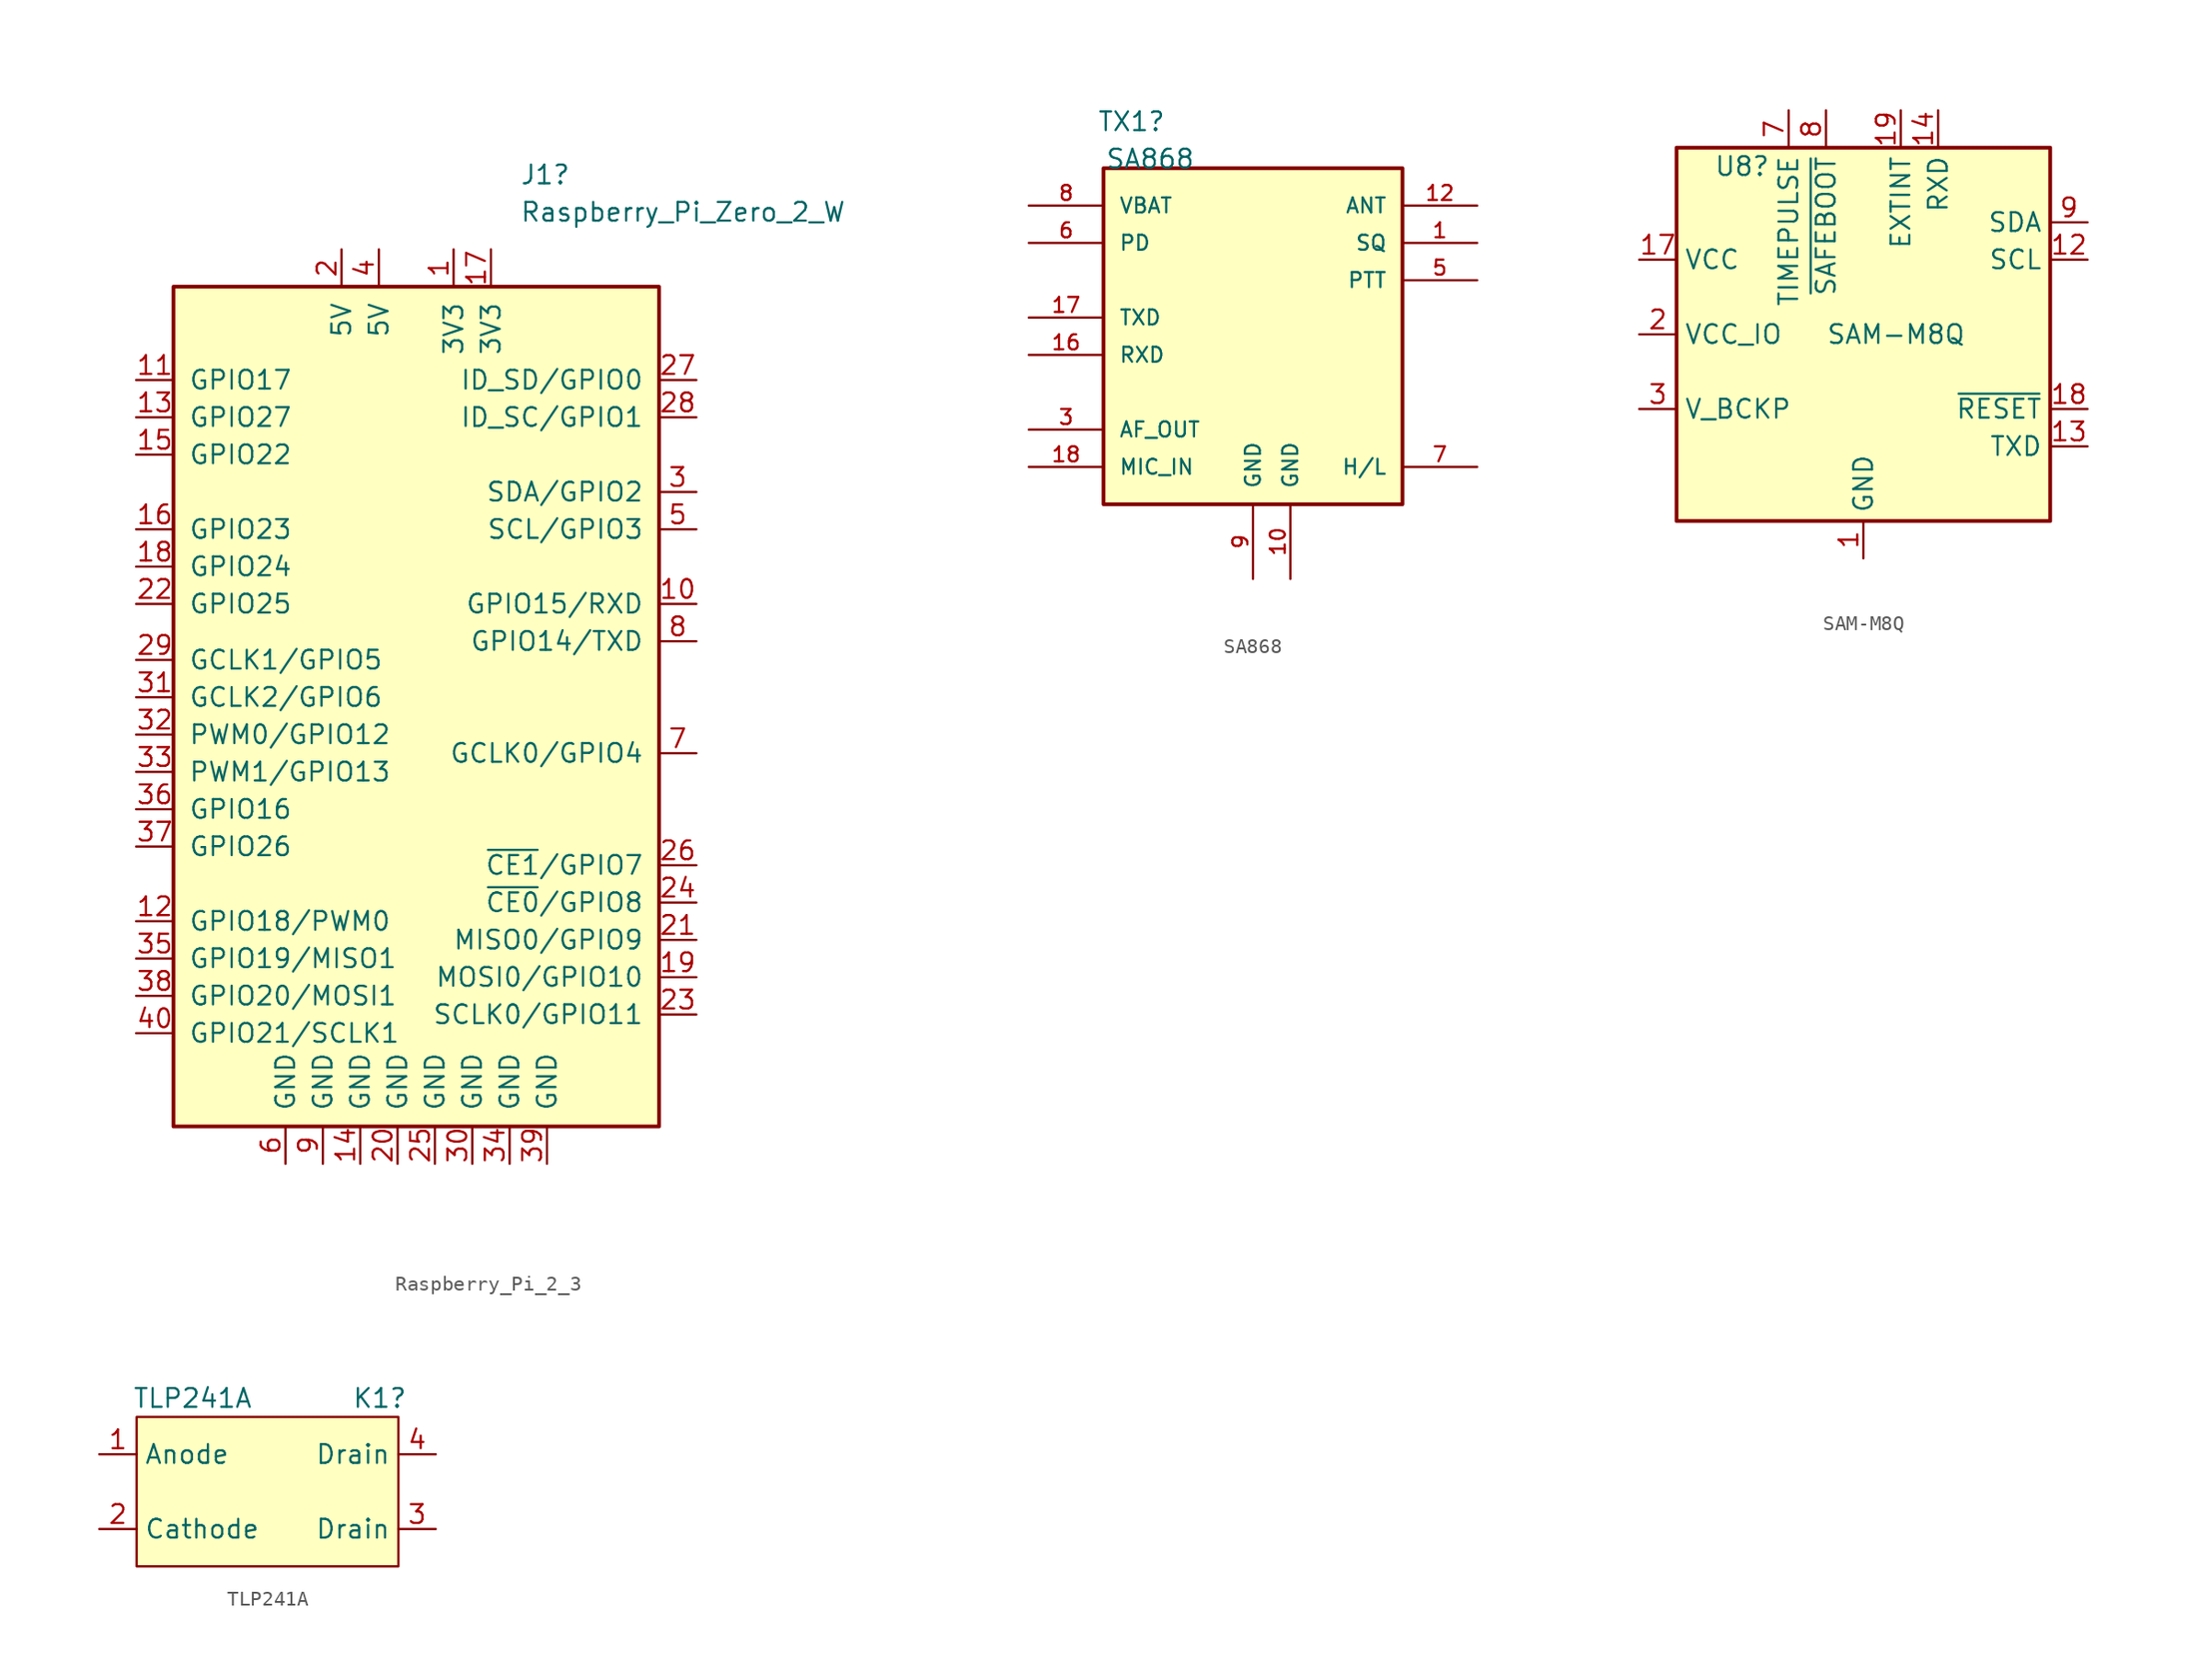
<source format=kicad_sym>
(kicad_symbol_lib
  (version 20231120)
  (generator "kicad_symbol_editor")
  (generator_version "8.0")
  (symbol "Raspberry_Pi_2_3"
    (pin_names
      (offset 1.016))
    (property "Reference" "J1"
      (at 7.036 35.56 0)
      (effects (font (size 1.27 1.27)) (justify left)))
    (property "Value" "Raspberry_Pi_Zero_2_W"
      (at 7.036 33.02 0)
      (effects (font (size 1.27 1.27)) (justify left)))
    (symbol "Raspberry_Pi_2_3_0_1"
      (rectangle (start -16.51 27.94) (end 16.51 -29.21) (stroke (width 0.254) (type default)) (fill (type background))))
    (symbol "Raspberry_Pi_2_3_1_1"
      (pin power_out line (at 2.54 30.48 270) (length 2.54) (name "3V3" (effects (font (size 1.27 1.27)))) (number "1" (effects (font (size 1.27 1.27)))))
      (pin bidirectional line (at 19.05 6.35 180) (length 2.54) (name "GPIO15/RXD" (effects (font (size 1.27 1.27)))) (number "10" (effects (font (size 1.27 1.27)))))
      (pin bidirectional line (at -19.05 21.59 0) (length 2.54) (name "GPIO17" (effects (font (size 1.27 1.27)))) (number "11" (effects (font (size 1.27 1.27)))))
      (pin bidirectional line (at -19.05 -15.24 0) (length 2.54) (name "GPIO18/PWM0" (effects (font (size 1.27 1.27)))) (number "12" (effects (font (size 1.27 1.27)))))
      (pin bidirectional line (at -19.05 19.05 0) (length 2.54) (name "GPIO27" (effects (font (size 1.27 1.27)))) (number "13" (effects (font (size 1.27 1.27)))))
      (pin power_in line (at -3.81 -31.75 90) (length 2.54) (name "GND" (effects (font (size 1.27 1.27)))) (number "14" (effects (font (size 1.27 1.27)))))
      (pin bidirectional line (at -19.05 16.51 0) (length 2.54) (name "GPIO22" (effects (font (size 1.27 1.27)))) (number "15" (effects (font (size 1.27 1.27)))))
      (pin bidirectional line (at -19.05 11.43 0) (length 2.54) (name "GPIO23" (effects (font (size 1.27 1.27)))) (number "16" (effects (font (size 1.27 1.27)))))
      (pin passive line (at 5.08 30.48 270) (length 2.54) (name "3V3" (effects (font (size 1.27 1.27)))) (number "17" (effects (font (size 1.27 1.27)))))
      (pin bidirectional line (at -19.05 8.89 0) (length 2.54) (name "GPIO24" (effects (font (size 1.27 1.27)))) (number "18" (effects (font (size 1.27 1.27)))))
      (pin bidirectional line (at 19.05 -19.05 180) (length 2.54) (name "MOSI0/GPIO10" (effects (font (size 1.27 1.27)))) (number "19" (effects (font (size 1.27 1.27)))))
      (pin power_in line (at -5.08 30.48 270) (length 2.54) (name "5V" (effects (font (size 1.27 1.27)))) (number "2" (effects (font (size 1.27 1.27)))))
      (pin power_in line (at -1.27 -31.75 90) (length 2.54) (name "GND" (effects (font (size 1.27 1.27)))) (number "20" (effects (font (size 1.27 1.27)))))
      (pin bidirectional line (at 19.05 -16.51 180) (length 2.54) (name "MISO0/GPIO9" (effects (font (size 1.27 1.27)))) (number "21" (effects (font (size 1.27 1.27)))))
      (pin bidirectional line (at -19.05 6.35 0) (length 2.54) (name "GPIO25" (effects (font (size 1.27 1.27)))) (number "22" (effects (font (size 1.27 1.27)))))
      (pin bidirectional line (at 19.05 -21.59 180) (length 2.54) (name "SCLK0/GPIO11" (effects (font (size 1.27 1.27)))) (number "23" (effects (font (size 1.27 1.27)))))
      (pin bidirectional line (at 19.05 -13.97 180) (length 2.54) (name "~{CE0}/GPIO8" (effects (font (size 1.27 1.27)))) (number "24" (effects (font (size 1.27 1.27)))))
      (pin power_in line (at 1.27 -31.75 90) (length 2.54) (name "GND" (effects (font (size 1.27 1.27)))) (number "25" (effects (font (size 1.27 1.27)))))
      (pin bidirectional line (at 19.05 -11.43 180) (length 2.54) (name "~{CE1}/GPIO7" (effects (font (size 1.27 1.27)))) (number "26" (effects (font (size 1.27 1.27)))))
      (pin bidirectional line (at 19.05 21.59 180) (length 2.54) (name "ID_SD/GPIO0" (effects (font (size 1.27 1.27)))) (number "27" (effects (font (size 1.27 1.27)))))
      (pin bidirectional line (at 19.05 19.05 180) (length 2.54) (name "ID_SC/GPIO1" (effects (font (size 1.27 1.27)))) (number "28" (effects (font (size 1.27 1.27)))))
      (pin bidirectional line (at -19.05 2.54 0) (length 2.54) (name "GCLK1/GPIO5" (effects (font (size 1.27 1.27)))) (number "29" (effects (font (size 1.27 1.27)))))
      (pin bidirectional line (at 19.05 13.97 180) (length 2.54) (name "SDA/GPIO2" (effects (font (size 1.27 1.27)))) (number "3" (effects (font (size 1.27 1.27)))))
      (pin power_in line (at 3.81 -31.75 90) (length 2.54) (name "GND" (effects (font (size 1.27 1.27)))) (number "30" (effects (font (size 1.27 1.27)))))
      (pin bidirectional line (at -19.05 0 0) (length 2.54) (name "GCLK2/GPIO6" (effects (font (size 1.27 1.27)))) (number "31" (effects (font (size 1.27 1.27)))))
      (pin bidirectional line (at -19.05 -2.54 0) (length 2.54) (name "PWM0/GPIO12" (effects (font (size 1.27 1.27)))) (number "32" (effects (font (size 1.27 1.27)))))
      (pin bidirectional line (at -19.05 -5.08 0) (length 2.54) (name "PWM1/GPIO13" (effects (font (size 1.27 1.27)))) (number "33" (effects (font (size 1.27 1.27)))))
      (pin power_in line (at 6.35 -31.75 90) (length 2.54) (name "GND" (effects (font (size 1.27 1.27)))) (number "34" (effects (font (size 1.27 1.27)))))
      (pin bidirectional line (at -19.05 -17.78 0) (length 2.54) (name "GPIO19/MISO1" (effects (font (size 1.27 1.27)))) (number "35" (effects (font (size 1.27 1.27)))))
      (pin bidirectional line (at -19.05 -7.62 0) (length 2.54) (name "GPIO16" (effects (font (size 1.27 1.27)))) (number "36" (effects (font (size 1.27 1.27)))))
      (pin bidirectional line (at -19.05 -10.16 0) (length 2.54) (name "GPIO26" (effects (font (size 1.27 1.27)))) (number "37" (effects (font (size 1.27 1.27)))))
      (pin bidirectional line (at -19.05 -20.32 0) (length 2.54) (name "GPIO20/MOSI1" (effects (font (size 1.27 1.27)))) (number "38" (effects (font (size 1.27 1.27)))))
      (pin power_in line (at 8.89 -31.75 90) (length 2.54) (name "GND" (effects (font (size 1.27 1.27)))) (number "39" (effects (font (size 1.27 1.27)))))
      (pin power_in line (at -2.54 30.48 270) (length 2.54) (name "5V" (effects (font (size 1.27 1.27)))) (number "4" (effects (font (size 1.27 1.27)))))
      (pin bidirectional line (at -19.05 -22.86 0) (length 2.54) (name "GPIO21/SCLK1" (effects (font (size 1.27 1.27)))) (number "40" (effects (font (size 1.27 1.27)))))
      (pin bidirectional line (at 19.05 11.43 180) (length 2.54) (name "SCL/GPIO3" (effects (font (size 1.27 1.27)))) (number "5" (effects (font (size 1.27 1.27)))))
      (pin power_in line (at -8.89 -31.75 90) (length 2.54) (name "GND" (effects (font (size 1.27 1.27)))) (number "6" (effects (font (size 1.27 1.27)))))
      (pin bidirectional line (at 19.05 -3.81 180) (length 2.54) (name "GCLK0/GPIO4" (effects (font (size 1.27 1.27)))) (number "7" (effects (font (size 1.27 1.27)))))
      (pin bidirectional line (at 19.05 3.81 180) (length 2.54) (name "GPIO14/TXD" (effects (font (size 1.27 1.27)))) (number "8" (effects (font (size 1.27 1.27)))))
      (pin power_in line (at -6.35 -31.75 90) (length 2.54) (name "GND" (effects (font (size 1.27 1.27)))) (number "9" (effects (font (size 1.27 1.27)))))))
  (symbol "SA868"
    (pin_names
      (offset 1.016))
    (property "Reference" "TX1"
      (at -8.255 15.875 0)
      (effects (font (size 1.27 1.27))))
    (property "Value" "SA868"
      (at -6.985 13.335 0)
      (effects (font (size 1.27 1.27))))
    (symbol "SA868_0_0"
      (rectangle (start -10.16 12.7) (end 10.16 -10.16) (stroke (width 0.254) (type default)) (fill (type background)))
      (pin output line (at 15.24 7.62 180) (length 5.08) (name "SQ" (effects (font (size 1.016 1.016)))) (number "1" (effects (font (size 1.016 1.016)))))
      (pin power_in line (at 2.54 -15.24 90) (length 5.08) (name "GND" (effects (font (size 1.016 1.016)))) (number "10" (effects (font (size 1.016 1.016)))))
      (pin passive line (at 15.24 10.16 180) (length 5.08) (name "ANT" (effects (font (size 1.016 1.016)))) (number "12" (effects (font (size 1.016 1.016)))))
      (pin input line (at -15.24 0 0) (length 5.08) (name "RXD" (effects (font (size 1.016 1.016)))) (number "16" (effects (font (size 1.016 1.016)))))
      (pin output line (at -15.24 2.54 0) (length 5.08) (name "TXD" (effects (font (size 1.016 1.016)))) (number "17" (effects (font (size 1.016 1.016)))))
      (pin input line (at -15.24 -7.62 0) (length 5.08) (name "MIC_IN" (effects (font (size 1.016 1.016)))) (number "18" (effects (font (size 1.016 1.016)))))
      (pin output line (at -15.24 -5.08 0) (length 5.08) (name "AF_OUT" (effects (font (size 1.016 1.016)))) (number "3" (effects (font (size 1.016 1.016)))))
      (pin input line (at 15.24 5.08 180) (length 5.08) (name "PTT" (effects (font (size 1.016 1.016)))) (number "5" (effects (font (size 1.016 1.016)))))
      (pin input line (at -15.24 7.62 0) (length 5.08) (name "PD" (effects (font (size 1.016 1.016)))) (number "6" (effects (font (size 1.016 1.016)))))
      (pin input line (at 15.24 -7.62 180) (length 5.08) (name "H/L" (effects (font (size 1.016 1.016)))) (number "7" (effects (font (size 1.016 1.016)))))
      (pin power_in line (at -15.24 10.16 0) (length 5.08) (name "VBAT" (effects (font (size 1.016 1.016)))) (number "8" (effects (font (size 1.016 1.016)))))
      (pin power_in line (at 0 -15.24 90) (length 5.08) (name "GND" (effects (font (size 1.016 1.016)))) (number "9" (effects (font (size 1.016 1.016))))))
    (symbol "SA868_1_1"
      (pin no_connect line (at 15.24 -5.08 180) (length 0) hide (name "NC" (effects (font (size 1.27 1.27)))) (number "11" (effects (font (size 1.27 1.27)))))
      (pin no_connect line (at 0 15.24 270) (length 0) hide (name "NC" (effects (font (size 1.27 1.27)))) (number "13" (effects (font (size 1.27 1.27)))))
      (pin no_connect line (at 2.54 15.24 270) (length 0) hide (name "NC" (effects (font (size 1.27 1.27)))) (number "14" (effects (font (size 1.27 1.27)))))
      (pin no_connect line (at -2.54 -15.24 90) (length 0) hide (name "NC" (effects (font (size 1.27 1.27)))) (number "15" (effects (font (size 1.27 1.27)))))
      (pin no_connect line (at 5.08 15.24 270) (length 0) hide (name "NC" (effects (font (size 1.27 1.27)))) (number "2" (effects (font (size 1.27 1.27)))))
      (pin no_connect line (at -5.08 -15.24 90) (length 0) hide (name "NC" (effects (font (size 1.27 1.27)))) (number "4" (effects (font (size 1.27 1.27)))))
      (pin no_connect line (at 15.24 -2.54 180) (length 0) hide (name "NC" (effects (font (size 1.27 1.27)))) (number "P2" (effects (font (size 1.27 1.27)))))
      (pin no_connect line (at 15.24 0 180) (length 0) hide (name "NC" (effects (font (size 1.27 1.27)))) (number "P3" (effects (font (size 1.27 1.27)))))))
  (symbol "SAM-M8Q"
    (property "Reference" "U8"
      (at -10.16 11.43 0)
      (effects (font (size 1.27 1.27)) (justify left)))
    (property "Value" "SAM-M8Q"
      (at -2.54 0 0)
      (effects (font (size 1.27 1.27)) (justify left)))
    (symbol "SAM-M8Q_0_1"
      (rectangle (start -12.7 12.7) (end 12.7 -12.7) (stroke (width 0.254) (type default)) (fill (type background))))
    (symbol "SAM-M8Q_1_1"
      (pin power_in line (at 0 -15.24 90) (length 2.54) (name "GND" (effects (font (size 1.27 1.27)))) (number "1" (effects (font (size 1.27 1.27)))))
      (pin passive line (at 0 -15.24 90) (length 2.54) hide (name "GND" (effects (font (size 1.27 1.27)))) (number "10" (effects (font (size 1.27 1.27)))))
      (pin passive line (at 0 -15.24 90) (length 2.54) hide (name "GND" (effects (font (size 1.27 1.27)))) (number "11" (effects (font (size 1.27 1.27)))))
      (pin input line (at 15.24 5.08 180) (length 2.54) (name "SCL" (effects (font (size 1.27 1.27)))) (number "12" (effects (font (size 1.27 1.27)))))
      (pin output line (at 15.24 -7.62 180) (length 2.54) (name "TXD" (effects (font (size 1.27 1.27)))) (number "13" (effects (font (size 1.27 1.27)))))
      (pin input line (at 5.08 15.24 270) (length 2.54) (name "RXD" (effects (font (size 1.27 1.27)))) (number "14" (effects (font (size 1.27 1.27)))))
      (pin passive line (at 0 -15.24 90) (length 2.54) hide (name "GND" (effects (font (size 1.27 1.27)))) (number "15" (effects (font (size 1.27 1.27)))))
      (pin passive line (at 0 -15.24 90) (length 2.54) hide (name "GND" (effects (font (size 1.27 1.27)))) (number "16" (effects (font (size 1.27 1.27)))))
      (pin power_in line (at -15.24 5.08 0) (length 2.54) (name "VCC" (effects (font (size 1.27 1.27)))) (number "17" (effects (font (size 1.27 1.27)))))
      (pin input line (at 15.24 -5.08 180) (length 2.54) (name "~{RESET}" (effects (font (size 1.27 1.27)))) (number "18" (effects (font (size 1.27 1.27)))))
      (pin input line (at 2.54 15.24 270) (length 2.54) (name "EXTINT" (effects (font (size 1.27 1.27)))) (number "19" (effects (font (size 1.27 1.27)))))
      (pin power_in line (at -15.24 0 0) (length 2.54) (name "VCC_IO" (effects (font (size 1.27 1.27)))) (number "2" (effects (font (size 1.27 1.27)))))
      (pin passive line (at 0 -15.24 90) (length 2.54) hide (name "GND" (effects (font (size 1.27 1.27)))) (number "20" (effects (font (size 1.27 1.27)))))
      (pin power_in line (at -15.24 -5.08 0) (length 2.54) (name "V_BCKP" (effects (font (size 1.27 1.27)))) (number "3" (effects (font (size 1.27 1.27)))))
      (pin passive line (at 0 -15.24 90) (length 2.54) hide (name "GND" (effects (font (size 1.27 1.27)))) (number "4" (effects (font (size 1.27 1.27)))))
      (pin passive line (at 0 -15.24 90) (length 2.54) hide (name "GND" (effects (font (size 1.27 1.27)))) (number "5" (effects (font (size 1.27 1.27)))))
      (pin passive line (at 0 -15.24 90) (length 2.54) hide (name "GND" (effects (font (size 1.27 1.27)))) (number "6" (effects (font (size 1.27 1.27)))))
      (pin output line (at -5.08 15.24 270) (length 2.54) (name "TIMEPULSE" (effects (font (size 1.27 1.27)))) (number "7" (effects (font (size 1.27 1.27)))))
      (pin input line (at -2.54 15.24 270) (length 2.54) (name "~{SAFEBOOT}" (effects (font (size 1.27 1.27)))) (number "8" (effects (font (size 1.27 1.27)))))
      (pin bidirectional line (at 15.24 7.62 180) (length 2.54) (name "SDA" (effects (font (size 1.27 1.27)))) (number "9" (effects (font (size 1.27 1.27)))))))
  (symbol "TLP241A"
    (property "Reference" "K1"
      (at 7.62 6.35 0)
      (effects (font (size 1.27 1.27))))
    (property "Value" "TLP241A"
      (at -5.08 6.35 0)
      (effects (font (size 1.27 1.27))))
    (symbol "TLP241A_0_1"
      (rectangle (start -8.89 5.08) (end 8.89 -5.08) (stroke (width 0) (type default)) (fill (type background))))
    (symbol "TLP241A_1_1"
      (pin input line (at -11.43 2.54 0) (length 2.54) (name "Anode" (effects (font (size 1.27 1.27)))) (number "1" (effects (font (size 1.27 1.27)))))
      (pin input line (at -11.43 -2.54 0) (length 2.54) (name "Cathode" (effects (font (size 1.27 1.27)))) (number "2" (effects (font (size 1.27 1.27)))))
      (pin passive line (at 11.43 -2.54 180) (length 2.54) (name "Drain" (effects (font (size 1.27 1.27)))) (number "3" (effects (font (size 1.27 1.27)))))
      (pin passive line (at 11.43 2.54 180) (length 2.54) (name "Drain" (effects (font (size 1.27 1.27)))) (number "4" (effects (font (size 1.27 1.27))))))))
</source>
